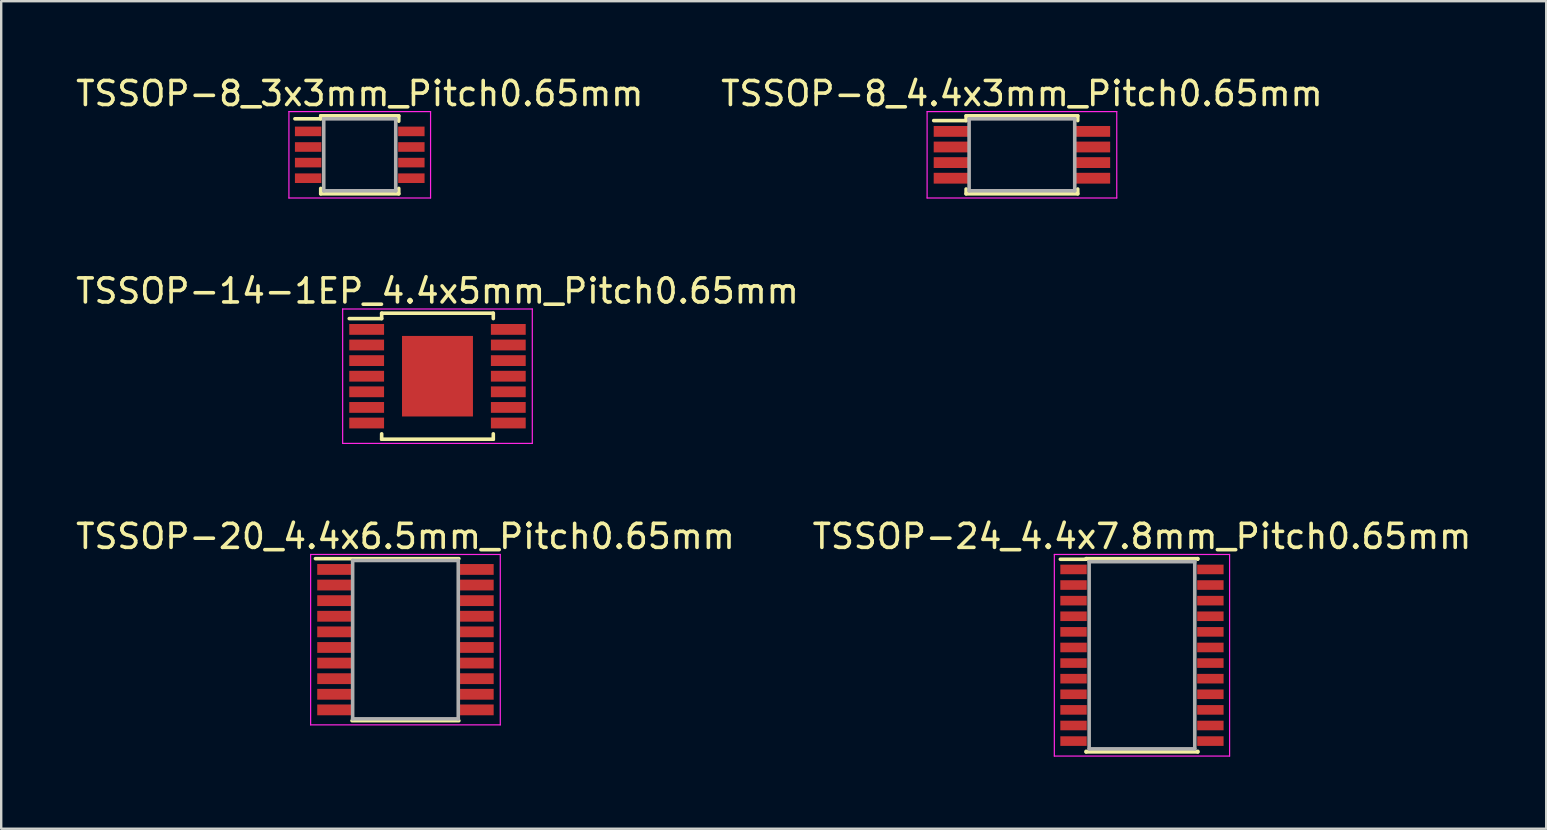
<source format=kicad_pcb>
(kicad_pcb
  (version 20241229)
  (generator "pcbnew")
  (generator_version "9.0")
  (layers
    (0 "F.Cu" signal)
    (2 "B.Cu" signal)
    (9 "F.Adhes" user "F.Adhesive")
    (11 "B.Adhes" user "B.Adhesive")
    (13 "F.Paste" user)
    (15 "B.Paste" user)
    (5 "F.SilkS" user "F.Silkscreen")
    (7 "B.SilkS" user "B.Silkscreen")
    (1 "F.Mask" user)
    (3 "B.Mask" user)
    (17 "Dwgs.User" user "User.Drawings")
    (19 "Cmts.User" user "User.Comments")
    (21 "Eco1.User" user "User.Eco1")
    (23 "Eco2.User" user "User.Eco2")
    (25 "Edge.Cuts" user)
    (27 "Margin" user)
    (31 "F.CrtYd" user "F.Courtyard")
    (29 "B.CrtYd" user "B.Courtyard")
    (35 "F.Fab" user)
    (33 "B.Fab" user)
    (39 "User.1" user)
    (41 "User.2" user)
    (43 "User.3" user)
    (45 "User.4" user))
  (footprint "TSSOP-14-1EP_4.4x5mm_Pitch0.65mm"
    (layer "F.Cu")
    (at 15.173 12.621)
    (property "Reference" "TSSOP-14-1EP_4.4x5mm_Pitch0.65mm" (at 0 -3.55 0) (layer "F.SilkS") (effects (font (size 1 1) (thickness 0.15))))
    (attr smd)
    (fp_line (start -2.325 -2.625) (end -2.325 -2.4) (stroke (width 0.15) (type solid)) (layer "F.SilkS"))
    (fp_line (start -2.325 -2.625) (end 2.325 -2.625) (stroke (width 0.15) (type solid)) (layer "F.SilkS"))
    (fp_line (start -2.325 -2.4) (end -3.675 -2.4) (stroke (width 0.15) (type solid)) (layer "F.SilkS"))
    (fp_line (start -2.325 2.625) (end -2.325 2.4) (stroke (width 0.15) (type solid)) (layer "F.SilkS"))
    (fp_line (start -2.325 2.625) (end 2.325 2.625) (stroke (width 0.15) (type solid)) (layer "F.SilkS"))
    (fp_line (start 2.325 -2.625) (end 2.325 -2.4) (stroke (width 0.15) (type solid)) (layer "F.SilkS"))
    (fp_line (start 2.325 2.625) (end 2.325 2.4) (stroke (width 0.15) (type solid)) (layer "F.SilkS"))
    (fp_line (start -3.95 -2.8) (end -3.95 2.8) (stroke (width 0.05) (type solid)) (layer "F.CrtYd"))
    (fp_line (start -3.95 -2.8) (end 3.95 -2.8) (stroke (width 0.05) (type solid)) (layer "F.CrtYd"))
    (fp_line (start -3.95 2.8) (end 3.95 2.8) (stroke (width 0.05) (type solid)) (layer "F.CrtYd"))
    (fp_line (start 3.95 -2.8) (end 3.95 2.8) (stroke (width 0.05) (type solid)) (layer "F.CrtYd"))
    (pad "1" smd rect (at -2.95 -1.95) (size 1.45 0.45) (layers "F.Cu" "F.Mask" "F.Paste"))
    (pad "2" smd rect (at -2.95 -1.3) (size 1.45 0.45) (layers "F.Cu" "F.Mask" "F.Paste"))
    (pad "3" smd rect (at -2.95 -0.65) (size 1.45 0.45) (layers "F.Cu" "F.Mask" "F.Paste"))
    (pad "4" smd rect (at -2.95 0) (size 1.45 0.45) (layers "F.Cu" "F.Mask" "F.Paste"))
    (pad "5" smd rect (at -2.95 0.65) (size 1.45 0.45) (layers "F.Cu" "F.Mask" "F.Paste"))
    (pad "6" smd rect (at -2.95 1.3) (size 1.45 0.45) (layers "F.Cu" "F.Mask" "F.Paste"))
    (pad "7" smd rect (at -2.95 1.95) (size 1.45 0.45) (layers "F.Cu" "F.Mask" "F.Paste"))
    (pad "8" smd rect (at 2.95 1.95) (size 1.45 0.45) (layers "F.Cu" "F.Mask" "F.Paste"))
    (pad "9" smd rect (at 2.95 1.3) (size 1.45 0.45) (layers "F.Cu" "F.Mask" "F.Paste"))
    (pad "10" smd rect (at 2.95 0.65) (size 1.45 0.45) (layers "F.Cu" "F.Mask" "F.Paste"))
    (pad "11" smd rect (at 2.95 0) (size 1.45 0.45) (layers "F.Cu" "F.Mask" "F.Paste"))
    (pad "12" smd rect (at 2.95 -0.65) (size 1.45 0.45) (layers "F.Cu" "F.Mask" "F.Paste"))
    (pad "13" smd rect (at 2.95 -1.3) (size 1.45 0.45) (layers "F.Cu" "F.Mask" "F.Paste"))
    (pad "14" smd rect (at 2.95 -1.95) (size 1.45 0.45) (layers "F.Cu" "F.Mask" "F.Paste"))
    (pad "15" smd rect (at 0 0) (size 2.955 3.355) (layers "F.Cu" "F.Mask" "F.Paste")))
  (footprint "TSSOP-20_4.4x6.5mm_Pitch0.65mm"
    (layer "F.Cu")
    (at 13.839 23.595)
    (property "Reference" "TSSOP-20_4.4x6.5mm_Pitch0.65mm" (at 0 -4.3 0) (layer "F.SilkS") (effects (font (size 1 1) (thickness 0.15))))
    (attr smd)
    (fp_line (start -3.75 -3.375) (end 2.225 -3.375) (stroke (width 0.15) (type solid)) (layer "F.SilkS"))
    (fp_line (start -2.225 3.375) (end 2.225 3.375) (stroke (width 0.15) (type solid)) (layer "F.SilkS"))
    (fp_line (start -3.95 -3.55) (end -3.95 3.55) (stroke (width 0.05) (type solid)) (layer "F.CrtYd"))
    (fp_line (start -3.95 -3.55) (end 3.95 -3.55) (stroke (width 0.05) (type solid)) (layer "F.CrtYd"))
    (fp_line (start -3.95 3.55) (end 3.95 3.55) (stroke (width 0.05) (type solid)) (layer "F.CrtYd"))
    (fp_line (start 3.95 -3.55) (end 3.95 3.55) (stroke (width 0.05) (type solid)) (layer "F.CrtYd"))
    (fp_line (start -2.2 -3.3) (end 2.2 -3.3) (stroke (width 0.15) (type solid)) (layer "F.Fab"))
    (fp_line (start -2.2 3.3) (end -2.2 -3.3) (stroke (width 0.15) (type solid)) (layer "F.Fab"))
    (fp_line (start 2.2 -3.3) (end 2.2 3.3) (stroke (width 0.15) (type solid)) (layer "F.Fab"))
    (fp_line (start 2.2 3.3) (end -2.2 3.3) (stroke (width 0.15) (type solid)) (layer "F.Fab"))
    (pad "1" smd rect (at -2.95 -2.925) (size 1.45 0.45) (layers "F.Cu" "F.Mask" "F.Paste"))
    (pad "2" smd rect (at -2.95 -2.275) (size 1.45 0.45) (layers "F.Cu" "F.Mask" "F.Paste"))
    (pad "3" smd rect (at -2.95 -1.625) (size 1.45 0.45) (layers "F.Cu" "F.Mask" "F.Paste"))
    (pad "4" smd rect (at -2.95 -0.975) (size 1.45 0.45) (layers "F.Cu" "F.Mask" "F.Paste"))
    (pad "5" smd rect (at -2.95 -0.325) (size 1.45 0.45) (layers "F.Cu" "F.Mask" "F.Paste"))
    (pad "6" smd rect (at -2.95 0.325) (size 1.45 0.45) (layers "F.Cu" "F.Mask" "F.Paste"))
    (pad "7" smd rect (at -2.95 0.975) (size 1.45 0.45) (layers "F.Cu" "F.Mask" "F.Paste"))
    (pad "8" smd rect (at -2.95 1.625) (size 1.45 0.45) (layers "F.Cu" "F.Mask" "F.Paste"))
    (pad "9" smd rect (at -2.95 2.275) (size 1.45 0.45) (layers "F.Cu" "F.Mask" "F.Paste"))
    (pad "10" smd rect (at -2.95 2.925) (size 1.45 0.45) (layers "F.Cu" "F.Mask" "F.Paste"))
    (pad "11" smd rect (at 2.95 2.925) (size 1.45 0.45) (layers "F.Cu" "F.Mask" "F.Paste"))
    (pad "12" smd rect (at 2.95 2.275) (size 1.45 0.45) (layers "F.Cu" "F.Mask" "F.Paste"))
    (pad "13" smd rect (at 2.95 1.625) (size 1.45 0.45) (layers "F.Cu" "F.Mask" "F.Paste"))
    (pad "14" smd rect (at 2.95 0.975) (size 1.45 0.45) (layers "F.Cu" "F.Mask" "F.Paste"))
    (pad "15" smd rect (at 2.95 0.325) (size 1.45 0.45) (layers "F.Cu" "F.Mask" "F.Paste"))
    (pad "16" smd rect (at 2.95 -0.325) (size 1.45 0.45) (layers "F.Cu" "F.Mask" "F.Paste"))
    (pad "17" smd rect (at 2.95 -0.975) (size 1.45 0.45) (layers "F.Cu" "F.Mask" "F.Paste"))
    (pad "18" smd rect (at 2.95 -1.625) (size 1.45 0.45) (layers "F.Cu" "F.Mask" "F.Paste"))
    (pad "19" smd rect (at 2.95 -2.275) (size 1.45 0.45) (layers "F.Cu" "F.Mask" "F.Paste"))
    (pad "20" smd rect (at 2.95 -2.925) (size 1.45 0.45) (layers "F.Cu" "F.Mask" "F.Paste")))
  (footprint "TSSOP-24_4.4x7.8mm_Pitch0.65mm"
    (layer "F.Cu")
    (at 44.518 24.245)
    (property "Reference" "TSSOP-24_4.4x7.8mm_Pitch0.65mm" (at 0 -4.95 0) (layer "F.SilkS") (effects (font (size 1 1) (thickness 0.15))))
    (attr smd)
    (fp_line (start -2.325 -4.025) (end -2.325 -4) (stroke (width 0.15) (type solid)) (layer "F.SilkS"))
    (fp_line (start -2.325 -4.025) (end 2.325 -4.025) (stroke (width 0.15) (type solid)) (layer "F.SilkS"))
    (fp_line (start -2.325 -4) (end -3.4 -4) (stroke (width 0.15) (type solid)) (layer "F.SilkS"))
    (fp_line (start -2.325 4.025) (end -2.325 4) (stroke (width 0.15) (type solid)) (layer "F.SilkS"))
    (fp_line (start -2.325 4.025) (end 2.325 4.025) (stroke (width 0.15) (type solid)) (layer "F.SilkS"))
    (fp_line (start 2.325 -4.025) (end 2.325 -4) (stroke (width 0.15) (type solid)) (layer "F.SilkS"))
    (fp_line (start 2.325 4.025) (end 2.325 4) (stroke (width 0.15) (type solid)) (layer "F.SilkS"))
    (fp_line (start -3.65 -4.2) (end -3.65 4.2) (stroke (width 0.05) (type solid)) (layer "F.CrtYd"))
    (fp_line (start -3.65 -4.2) (end 3.65 -4.2) (stroke (width 0.05) (type solid)) (layer "F.CrtYd"))
    (fp_line (start -3.65 4.2) (end 3.65 4.2) (stroke (width 0.05) (type solid)) (layer "F.CrtYd"))
    (fp_line (start 3.65 -4.2) (end 3.65 4.2) (stroke (width 0.05) (type solid)) (layer "F.CrtYd"))
    (fp_line (start -2.2 -3.9) (end 2.2 -3.9) (stroke (width 0.15) (type solid)) (layer "F.Fab"))
    (fp_line (start -2.2 3.9) (end -2.2 -3.9) (stroke (width 0.15) (type solid)) (layer "F.Fab"))
    (fp_line (start 2.2 -3.9) (end 2.2 3.9) (stroke (width 0.15) (type solid)) (layer "F.Fab"))
    (fp_line (start 2.2 3.9) (end -2.2 3.9) (stroke (width 0.15) (type solid)) (layer "F.Fab"))
    (pad "1" smd rect (at -2.85 -3.575) (size 1.1 0.4) (layers "F.Cu" "F.Mask" "F.Paste"))
    (pad "2" smd rect (at -2.85 -2.925) (size 1.1 0.4) (layers "F.Cu" "F.Mask" "F.Paste"))
    (pad "3" smd rect (at -2.85 -2.275) (size 1.1 0.4) (layers "F.Cu" "F.Mask" "F.Paste"))
    (pad "4" smd rect (at -2.85 -1.625) (size 1.1 0.4) (layers "F.Cu" "F.Mask" "F.Paste"))
    (pad "5" smd rect (at -2.85 -0.975) (size 1.1 0.4) (layers "F.Cu" "F.Mask" "F.Paste"))
    (pad "6" smd rect (at -2.85 -0.325) (size 1.1 0.4) (layers "F.Cu" "F.Mask" "F.Paste"))
    (pad "7" smd rect (at -2.85 0.325) (size 1.1 0.4) (layers "F.Cu" "F.Mask" "F.Paste"))
    (pad "8" smd rect (at -2.85 0.975) (size 1.1 0.4) (layers "F.Cu" "F.Mask" "F.Paste"))
    (pad "9" smd rect (at -2.85 1.625) (size 1.1 0.4) (layers "F.Cu" "F.Mask" "F.Paste"))
    (pad "10" smd rect (at -2.85 2.275) (size 1.1 0.4) (layers "F.Cu" "F.Mask" "F.Paste"))
    (pad "11" smd rect (at -2.85 2.925) (size 1.1 0.4) (layers "F.Cu" "F.Mask" "F.Paste"))
    (pad "12" smd rect (at -2.85 3.575) (size 1.1 0.4) (layers "F.Cu" "F.Mask" "F.Paste"))
    (pad "13" smd rect (at 2.85 3.575) (size 1.1 0.4) (layers "F.Cu" "F.Mask" "F.Paste"))
    (pad "14" smd rect (at 2.85 2.925) (size 1.1 0.4) (layers "F.Cu" "F.Mask" "F.Paste"))
    (pad "15" smd rect (at 2.85 2.275) (size 1.1 0.4) (layers "F.Cu" "F.Mask" "F.Paste"))
    (pad "16" smd rect (at 2.85 1.625) (size 1.1 0.4) (layers "F.Cu" "F.Mask" "F.Paste"))
    (pad "17" smd rect (at 2.85 0.975) (size 1.1 0.4) (layers "F.Cu" "F.Mask" "F.Paste"))
    (pad "18" smd rect (at 2.85 0.325) (size 1.1 0.4) (layers "F.Cu" "F.Mask" "F.Paste"))
    (pad "19" smd rect (at 2.85 -0.325) (size 1.1 0.4) (layers "F.Cu" "F.Mask" "F.Paste"))
    (pad "20" smd rect (at 2.85 -0.975) (size 1.1 0.4) (layers "F.Cu" "F.Mask" "F.Paste"))
    (pad "21" smd rect (at 2.85 -1.625) (size 1.1 0.4) (layers "F.Cu" "F.Mask" "F.Paste"))
    (pad "22" smd rect (at 2.85 -2.275) (size 1.1 0.4) (layers "F.Cu" "F.Mask" "F.Paste"))
    (pad "23" smd rect (at 2.85 -2.925) (size 1.1 0.4) (layers "F.Cu" "F.Mask" "F.Paste"))
    (pad "24" smd rect (at 2.85 -3.575) (size 1.1 0.4) (layers "F.Cu" "F.Mask" "F.Paste")))
  (footprint "TSSOP-8_4.4x3mm_Pitch0.65mm"
    (layer "F.Cu")
    (at 39.518 3.398)
    (property "Reference" "TSSOP-8_4.4x3mm_Pitch0.65mm" (at 0 -2.55 0) (layer "F.SilkS") (effects (font (size 1 1) (thickness 0.15))))
    (attr smd)
    (fp_line (start -2.325 -1.625) (end -2.325 -1.425) (stroke (width 0.15) (type solid)) (layer "F.SilkS"))
    (fp_line (start -2.325 -1.625) (end 2.325 -1.625) (stroke (width 0.15) (type solid)) (layer "F.SilkS"))
    (fp_line (start -2.325 -1.425) (end -3.675 -1.425) (stroke (width 0.15) (type solid)) (layer "F.SilkS"))
    (fp_line (start -2.325 1.625) (end -2.325 1.425) (stroke (width 0.15) (type solid)) (layer "F.SilkS"))
    (fp_line (start -2.325 1.625) (end 2.325 1.625) (stroke (width 0.15) (type solid)) (layer "F.SilkS"))
    (fp_line (start 2.325 -1.625) (end 2.325 -1.425) (stroke (width 0.15) (type solid)) (layer "F.SilkS"))
    (fp_line (start 2.325 1.625) (end 2.325 1.425) (stroke (width 0.15) (type solid)) (layer "F.SilkS"))
    (fp_line (start -3.95 -1.8) (end -3.95 1.8) (stroke (width 0.05) (type solid)) (layer "F.CrtYd"))
    (fp_line (start -3.95 -1.8) (end 3.95 -1.8) (stroke (width 0.05) (type solid)) (layer "F.CrtYd"))
    (fp_line (start -3.95 1.8) (end 3.95 1.8) (stroke (width 0.05) (type solid)) (layer "F.CrtYd"))
    (fp_line (start 3.95 -1.8) (end 3.95 1.8) (stroke (width 0.05) (type solid)) (layer "F.CrtYd"))
    (fp_line (start -2.2 -1.5) (end 2.2 -1.5) (stroke (width 0.15) (type solid)) (layer "F.Fab"))
    (fp_line (start -2.2 1.5) (end -2.2 -1.5) (stroke (width 0.15) (type solid)) (layer "F.Fab"))
    (fp_line (start 2.2 -1.5) (end 2.2 1.5) (stroke (width 0.15) (type solid)) (layer "F.Fab"))
    (fp_line (start 2.2 1.5) (end -2.2 1.5) (stroke (width 0.15) (type solid)) (layer "F.Fab"))
    (pad "1" smd rect (at -2.95 -0.975) (size 1.45 0.45) (layers "F.Cu" "F.Mask" "F.Paste"))
    (pad "2" smd rect (at -2.95 -0.325) (size 1.45 0.45) (layers "F.Cu" "F.Mask" "F.Paste"))
    (pad "3" smd rect (at -2.95 0.325) (size 1.45 0.45) (layers "F.Cu" "F.Mask" "F.Paste"))
    (pad "4" smd rect (at -2.95 0.975) (size 1.45 0.45) (layers "F.Cu" "F.Mask" "F.Paste"))
    (pad "5" smd rect (at 2.95 0.975) (size 1.45 0.45) (layers "F.Cu" "F.Mask" "F.Paste"))
    (pad "6" smd rect (at 2.95 0.325) (size 1.45 0.45) (layers "F.Cu" "F.Mask" "F.Paste"))
    (pad "7" smd rect (at 2.95 -0.325) (size 1.45 0.45) (layers "F.Cu" "F.Mask" "F.Paste"))
    (pad "8" smd rect (at 2.95 -0.975) (size 1.45 0.45) (layers "F.Cu" "F.Mask" "F.Paste")))
  (footprint "TSSOP-8_3x3mm_Pitch0.65mm"
    (layer "F.Cu")
    (at 11.935 3.398)
    (property "Reference" "TSSOP-8_3x3mm_Pitch0.65mm" (at 0 -2.55 0) (layer "F.SilkS") (effects (font (size 1 1) (thickness 0.15))))
    (attr smd)
    (fp_line (start -1.625 -1.625) (end -1.625 -1.5) (stroke (width 0.15) (type solid)) (layer "F.SilkS"))
    (fp_line (start -1.625 -1.625) (end 1.625 -1.625) (stroke (width 0.15) (type solid)) (layer "F.SilkS"))
    (fp_line (start -1.625 -1.5) (end -2.7 -1.5) (stroke (width 0.15) (type solid)) (layer "F.SilkS"))
    (fp_line (start -1.625 1.625) (end -1.625 1.4) (stroke (width 0.15) (type solid)) (layer "F.SilkS"))
    (fp_line (start -1.625 1.625) (end 1.625 1.625) (stroke (width 0.15) (type solid)) (layer "F.SilkS"))
    (fp_line (start 1.625 -1.625) (end 1.625 -1.4) (stroke (width 0.15) (type solid)) (layer "F.SilkS"))
    (fp_line (start 1.625 1.625) (end 1.625 1.4) (stroke (width 0.15) (type solid)) (layer "F.SilkS"))
    (fp_line (start -2.95 -1.8) (end -2.95 1.8) (stroke (width 0.05) (type solid)) (layer "F.CrtYd"))
    (fp_line (start -2.95 -1.8) (end 2.95 -1.8) (stroke (width 0.05) (type solid)) (layer "F.CrtYd"))
    (fp_line (start -2.95 1.8) (end 2.95 1.8) (stroke (width 0.05) (type solid)) (layer "F.CrtYd"))
    (fp_line (start 2.95 -1.8) (end 2.95 1.8) (stroke (width 0.05) (type solid)) (layer "F.CrtYd"))
    (fp_line (start -1.5 -1.5) (end 1.5 -1.5) (stroke (width 0.15) (type solid)) (layer "F.Fab"))
    (fp_line (start -1.5 1.5) (end -1.5 -1.5) (stroke (width 0.15) (type solid)) (layer "F.Fab"))
    (fp_line (start 1.5 -1.5) (end 1.5 1.5) (stroke (width 0.15) (type solid)) (layer "F.Fab"))
    (fp_line (start 1.5 1.5) (end -1.5 1.5) (stroke (width 0.15) (type solid)) (layer "F.Fab"))
    (pad "1" smd rect (at -2.15 -0.975) (size 1.1 0.4) (layers "F.Cu" "F.Mask" "F.Paste"))
    (pad "2" smd rect (at -2.15 -0.325) (size 1.1 0.4) (layers "F.Cu" "F.Mask" "F.Paste"))
    (pad "3" smd rect (at -2.15 0.325) (size 1.1 0.4) (layers "F.Cu" "F.Mask" "F.Paste"))
    (pad "4" smd rect (at -2.15 0.975) (size 1.1 0.4) (layers "F.Cu" "F.Mask" "F.Paste"))
    (pad "5" smd rect (at 2.15 0.975) (size 1.1 0.4) (layers "F.Cu" "F.Mask" "F.Paste"))
    (pad "6" smd rect (at 2.15 0.325) (size 1.1 0.4) (layers "F.Cu" "F.Mask" "F.Paste"))
    (pad "7" smd rect (at 2.15 -0.325) (size 1.1 0.4) (layers "F.Cu" "F.Mask" "F.Paste"))
    (pad "8" smd rect (at 2.15 -0.975) (size 1.1 0.4) (layers "F.Cu" "F.Mask" "F.Paste")))
  (gr_rect
    (start -3 -3)
    (end 61.357 31.47)
    (stroke (width 0.1) (type default))
    (fill no)
    (layer "Edge.Cuts")))
</source>
